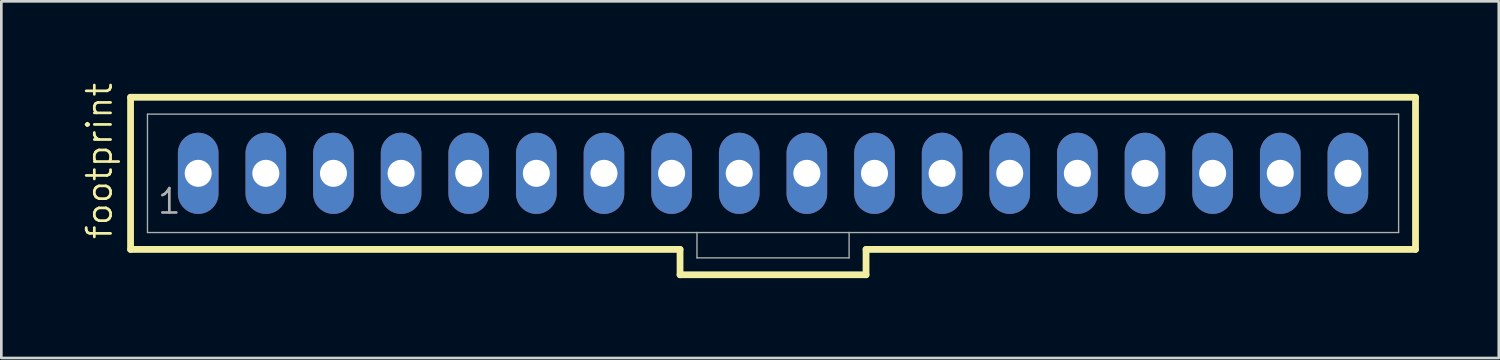
<source format=kicad_pcb>
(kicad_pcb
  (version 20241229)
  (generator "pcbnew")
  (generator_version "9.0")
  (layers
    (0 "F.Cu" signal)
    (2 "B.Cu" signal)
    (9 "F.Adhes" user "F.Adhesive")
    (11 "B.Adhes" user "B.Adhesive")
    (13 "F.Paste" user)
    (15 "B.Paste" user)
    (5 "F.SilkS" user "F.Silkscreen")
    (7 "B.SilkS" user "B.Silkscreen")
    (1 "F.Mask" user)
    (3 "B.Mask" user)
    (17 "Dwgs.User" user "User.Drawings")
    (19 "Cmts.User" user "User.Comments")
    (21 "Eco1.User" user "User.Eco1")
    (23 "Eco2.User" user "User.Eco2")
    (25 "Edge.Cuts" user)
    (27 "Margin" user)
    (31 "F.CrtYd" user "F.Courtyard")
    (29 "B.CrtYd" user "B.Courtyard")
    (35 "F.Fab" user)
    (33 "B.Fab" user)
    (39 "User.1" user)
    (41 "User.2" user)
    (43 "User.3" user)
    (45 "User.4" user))
  (footprint "footprint"
    (layer "F.Cu")
    (at 25.984 3.46)
    (property "Reference" "footprint" (at -24.765 2.54 90) (layer "F.SilkS") (effects (font (size 0.914 0.914) (thickness 0.102)) (justify left bottom)))
    (fp_line (start -24.13 -2.857) (end -24.13 2.857) (stroke (width 0.254) (type solid)) (layer "F.SilkS"))
    (fp_line (start -24.13 2.857) (end -3.493 2.857) (stroke (width 0.254) (type solid)) (layer "F.SilkS"))
    (fp_line (start -3.493 2.857) (end -3.493 3.81) (stroke (width 0.254) (type solid)) (layer "F.SilkS"))
    (fp_line (start -3.493 3.81) (end 3.493 3.81) (stroke (width 0.254) (type solid)) (layer "F.SilkS"))
    (fp_line (start 3.493 2.857) (end 24.13 2.857) (stroke (width 0.254) (type solid)) (layer "F.SilkS"))
    (fp_line (start 3.493 3.81) (end 3.493 2.857) (stroke (width 0.254) (type solid)) (layer "F.SilkS"))
    (fp_line (start 24.13 -2.857) (end -24.13 -2.857) (stroke (width 0.254) (type solid)) (layer "F.SilkS"))
    (fp_line (start 24.13 2.857) (end 24.13 -2.857) (stroke (width 0.254) (type solid)) (layer "F.SilkS"))
    (fp_line (start -23.495 -2.223) (end -23.495 2.223) (stroke (width 0.051) (type solid)) (layer "F.Fab"))
    (fp_line (start -23.495 -2.223) (end 23.495 -2.223) (stroke (width 0.051) (type solid)) (layer "F.Fab"))
    (fp_line (start -23.495 2.223) (end -2.857 2.223) (stroke (width 0.051) (type solid)) (layer "F.Fab"))
    (fp_line (start -2.857 2.223) (end -2.857 3.175) (stroke (width 0.051) (type solid)) (layer "F.Fab"))
    (fp_line (start -2.857 2.223) (end 2.857 2.223) (stroke (width 0.051) (type solid)) (layer "F.Fab"))
    (fp_line (start 2.857 2.223) (end 2.857 3.175) (stroke (width 0.051) (type solid)) (layer "F.Fab"))
    (fp_line (start 2.857 2.223) (end 23.495 2.223) (stroke (width 0.051) (type solid)) (layer "F.Fab"))
    (fp_line (start 2.857 3.175) (end -2.857 3.175) (stroke (width 0.051) (type solid)) (layer "F.Fab"))
    (fp_line (start 23.495 -2.223) (end 23.495 2.223) (stroke (width 0.051) (type solid)) (layer "F.Fab"))
    (fp_poly (pts (xy -21.828 0.238) (xy -21.352 0.238) (xy -21.352 -0.238) (xy -21.828 -0.238)) (stroke (width 0.1) (type solid)) (fill no) (layer "F.Fab"))
    (fp_poly (pts (xy -19.288 0.238) (xy -18.812 0.238) (xy -18.812 -0.238) (xy -19.288 -0.238)) (stroke (width 0.1) (type solid)) (fill no) (layer "F.Fab"))
    (fp_poly (pts (xy -16.748 0.238) (xy -16.272 0.238) (xy -16.272 -0.238) (xy -16.748 -0.238)) (stroke (width 0.1) (type solid)) (fill no) (layer "F.Fab"))
    (fp_poly (pts (xy -14.208 0.238) (xy -13.732 0.238) (xy -13.732 -0.238) (xy -14.208 -0.238)) (stroke (width 0.1) (type solid)) (fill no) (layer "F.Fab"))
    (fp_poly (pts (xy -11.668 0.238) (xy -11.192 0.238) (xy -11.192 -0.238) (xy -11.668 -0.238)) (stroke (width 0.1) (type solid)) (fill no) (layer "F.Fab"))
    (fp_poly (pts (xy -9.128 0.238) (xy -8.652 0.238) (xy -8.652 -0.238) (xy -9.128 -0.238)) (stroke (width 0.1) (type solid)) (fill no) (layer "F.Fab"))
    (fp_poly (pts (xy -6.588 0.238) (xy -6.112 0.238) (xy -6.112 -0.238) (xy -6.588 -0.238)) (stroke (width 0.1) (type solid)) (fill no) (layer "F.Fab"))
    (fp_poly (pts (xy -4.048 0.238) (xy -3.572 0.238) (xy -3.572 -0.238) (xy -4.048 -0.238)) (stroke (width 0.1) (type solid)) (fill no) (layer "F.Fab"))
    (fp_poly (pts (xy -1.508 0.238) (xy -1.032 0.238) (xy -1.032 -0.238) (xy -1.508 -0.238)) (stroke (width 0.1) (type solid)) (fill no) (layer "F.Fab"))
    (fp_poly (pts (xy 1.032 0.238) (xy 1.508 0.238) (xy 1.508 -0.238) (xy 1.032 -0.238)) (stroke (width 0.1) (type solid)) (fill no) (layer "F.Fab"))
    (fp_poly (pts (xy 3.572 0.238) (xy 4.048 0.238) (xy 4.048 -0.238) (xy 3.572 -0.238)) (stroke (width 0.1) (type solid)) (fill no) (layer "F.Fab"))
    (fp_poly (pts (xy 6.112 0.238) (xy 6.588 0.238) (xy 6.588 -0.238) (xy 6.112 -0.238)) (stroke (width 0.1) (type solid)) (fill no) (layer "F.Fab"))
    (fp_poly (pts (xy 8.652 0.238) (xy 9.128 0.238) (xy 9.128 -0.238) (xy 8.652 -0.238)) (stroke (width 0.1) (type solid)) (fill no) (layer "F.Fab"))
    (fp_poly (pts (xy 11.192 0.238) (xy 11.668 0.238) (xy 11.668 -0.238) (xy 11.192 -0.238)) (stroke (width 0.1) (type solid)) (fill no) (layer "F.Fab"))
    (fp_poly (pts (xy 13.732 0.238) (xy 14.208 0.238) (xy 14.208 -0.238) (xy 13.732 -0.238)) (stroke (width 0.1) (type solid)) (fill no) (layer "F.Fab"))
    (fp_poly (pts (xy 16.272 0.238) (xy 16.748 0.238) (xy 16.748 -0.238) (xy 16.272 -0.238)) (stroke (width 0.1) (type solid)) (fill no) (layer "F.Fab"))
    (fp_poly (pts (xy 18.812 0.238) (xy 19.288 0.238) (xy 19.288 -0.238) (xy 18.812 -0.238)) (stroke (width 0.1) (type solid)) (fill no) (layer "F.Fab"))
    (fp_poly (pts (xy 21.352 0.238) (xy 21.828 0.238) (xy 21.828 -0.238) (xy 21.352 -0.238)) (stroke (width 0.1) (type solid)) (fill no) (layer "F.Fab"))
    (fp_text user "1" (at -23.177 1.587 0) (layer "F.Fab") (effects (font (size 0.914 0.914) (thickness 0.102)) (justify left bottom)))
    (pad "1" thru_hole oval (at -21.59 0 90) (size 3.048 1.524) (drill 1.016) (layers "*.Cu" "*.Mask"))
    (pad "2" thru_hole oval (at -19.05 0 90) (size 3.048 1.524) (drill 1.016) (layers "*.Cu" "*.Mask"))
    (pad "3" thru_hole oval (at -16.51 0 90) (size 3.048 1.524) (drill 1.016) (layers "*.Cu" "*.Mask"))
    (pad "4" thru_hole oval (at -13.97 0 90) (size 3.048 1.524) (drill 1.016) (layers "*.Cu" "*.Mask"))
    (pad "5" thru_hole oval (at -11.43 0 90) (size 3.048 1.524) (drill 1.016) (layers "*.Cu" "*.Mask"))
    (pad "6" thru_hole oval (at -8.89 0 90) (size 3.048 1.524) (drill 1.016) (layers "*.Cu" "*.Mask"))
    (pad "7" thru_hole oval (at -6.35 0 90) (size 3.048 1.524) (drill 1.016) (layers "*.Cu" "*.Mask"))
    (pad "8" thru_hole oval (at -3.81 0 90) (size 3.048 1.524) (drill 1.016) (layers "*.Cu" "*.Mask"))
    (pad "9" thru_hole oval (at -1.27 0 90) (size 3.048 1.524) (drill 1.016) (layers "*.Cu" "*.Mask"))
    (pad "10" thru_hole oval (at 1.27 0 90) (size 3.048 1.524) (drill 1.016) (layers "*.Cu" "*.Mask"))
    (pad "11" thru_hole oval (at 3.81 0 90) (size 3.048 1.524) (drill 1.016) (layers "*.Cu" "*.Mask"))
    (pad "12" thru_hole oval (at 6.35 0 90) (size 3.048 1.524) (drill 1.016) (layers "*.Cu" "*.Mask"))
    (pad "13" thru_hole oval (at 8.89 0 90) (size 3.048 1.524) (drill 1.016) (layers "*.Cu" "*.Mask"))
    (pad "14" thru_hole oval (at 11.43 0 90) (size 3.048 1.524) (drill 1.016) (layers "*.Cu" "*.Mask"))
    (pad "15" thru_hole oval (at 13.97 0 90) (size 3.048 1.524) (drill 1.016) (layers "*.Cu" "*.Mask"))
    (pad "16" thru_hole oval (at 16.51 0 90) (size 3.048 1.524) (drill 1.016) (layers "*.Cu" "*.Mask"))
    (pad "17" thru_hole oval (at 19.05 0 90) (size 3.048 1.524) (drill 1.016) (layers "*.Cu" "*.Mask"))
    (pad "18" thru_hole oval (at 21.59 0 90) (size 3.048 1.524) (drill 1.016) (layers "*.Cu" "*.Mask")))
  (gr_rect
    (start -3 -3)
    (end 53.241 10.397)
    (stroke (width 0.1) (type default))
    (fill no)
    (layer "Edge.Cuts")))
</source>
